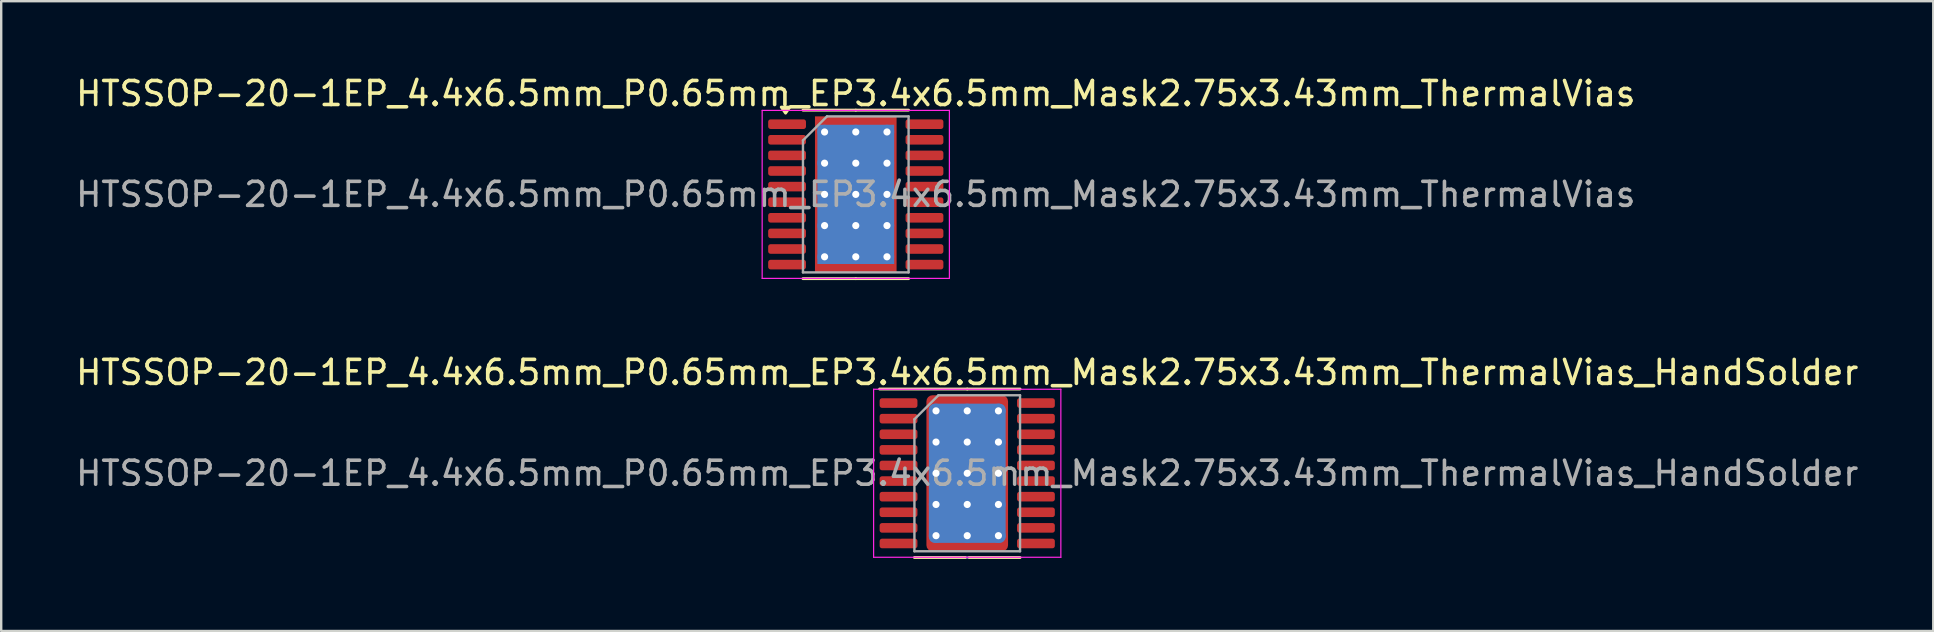
<source format=kicad_pcb>
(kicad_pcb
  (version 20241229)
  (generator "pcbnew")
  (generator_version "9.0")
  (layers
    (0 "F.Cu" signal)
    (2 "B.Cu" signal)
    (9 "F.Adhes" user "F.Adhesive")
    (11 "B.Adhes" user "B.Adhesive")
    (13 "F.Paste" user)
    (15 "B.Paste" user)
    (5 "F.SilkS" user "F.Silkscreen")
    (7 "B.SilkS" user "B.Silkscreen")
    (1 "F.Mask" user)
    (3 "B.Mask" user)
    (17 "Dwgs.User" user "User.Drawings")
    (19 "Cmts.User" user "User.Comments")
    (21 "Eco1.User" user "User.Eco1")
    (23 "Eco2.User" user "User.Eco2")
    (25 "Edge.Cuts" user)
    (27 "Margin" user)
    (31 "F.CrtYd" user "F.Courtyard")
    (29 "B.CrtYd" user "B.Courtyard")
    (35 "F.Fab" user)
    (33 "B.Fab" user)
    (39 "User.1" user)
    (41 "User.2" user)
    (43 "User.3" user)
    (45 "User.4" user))
  (footprint "HTSSOP-20-1EP_4.4x6.5mm_P0.65mm_EP3.4x6.5mm_Mask2.75x3.43mm_ThermalVias_HandSolder"
    (layer "F.Cu")
    (at 37.244 16.666)
    (property "Reference" "HTSSOP-20-1EP_4.4x6.5mm_P0.65mm_EP3.4x6.5mm_Mask2.75x3.43mm_ThermalVias_HandSolder" (at 0 -4.2 0) (layer "F.SilkS") (effects (font (size 1 1) (thickness 0.15))))
    (attr smd)
    (fp_line (start 0 -3.51) (end -3.65 -3.51) (stroke (width 0.12) (type solid)) (layer "F.SilkS"))
    (fp_line (start 0 -3.51) (end 2.2 -3.51) (stroke (width 0.12) (type solid)) (layer "F.SilkS"))
    (fp_line (start 0 3.51) (end -2.2 3.51) (stroke (width 0.12) (type solid)) (layer "F.SilkS"))
    (fp_line (start 0 3.51) (end 2.2 3.51) (stroke (width 0.12) (type solid)) (layer "F.SilkS"))
    (fp_line (start -3.9 -3.5) (end -3.9 3.5) (stroke (width 0.05) (type solid)) (layer "F.CrtYd"))
    (fp_line (start -3.9 3.5) (end 3.9 3.5) (stroke (width 0.05) (type solid)) (layer "F.CrtYd"))
    (fp_line (start 3.9 -3.5) (end -3.9 -3.5) (stroke (width 0.05) (type solid)) (layer "F.CrtYd"))
    (fp_line (start 3.9 3.5) (end 3.9 -3.5) (stroke (width 0.05) (type solid)) (layer "F.CrtYd"))
    (fp_line (start 0 3.51) (end 0 3.51) (stroke (width 0.12) (type solid)) (layer "B.Fab"))
    (fp_line (start -2.2 -2.25) (end -1.2 -3.25) (stroke (width 0.1) (type solid)) (layer "F.Fab"))
    (fp_line (start -2.2 3.25) (end -2.2 -2.25) (stroke (width 0.1) (type solid)) (layer "F.Fab"))
    (fp_line (start -1.2 -3.25) (end 2.2 -3.25) (stroke (width 0.1) (type solid)) (layer "F.Fab"))
    (fp_line (start 2.2 -3.25) (end 2.2 3.25) (stroke (width 0.1) (type solid)) (layer "F.Fab"))
    (fp_line (start 2.2 3.25) (end -2.2 3.25) (stroke (width 0.1) (type solid)) (layer "F.Fab"))
    (fp_text user "${REFERENCE}" (at 0 0 0) (layer "F.Fab") (effects (font (size 1 1) (thickness 0.15))))
    (pad "" smd roundrect (at -0.69 -0.86) (size 1.11 1.38) (layers "F.Paste") (roundrect_rratio 0.225))
    (pad "" smd roundrect (at -0.69 0.86) (size 1.11 1.38) (layers "F.Paste") (roundrect_rratio 0.225))
    (pad "" smd roundrect (at 0 0) (size 2.75 3.43) (layers "*.Mask") (roundrect_rratio 0.091))
    (pad "" smd roundrect (at 0.69 -0.86) (size 1.11 1.38) (layers "F.Paste") (roundrect_rratio 0.225))
    (pad "" smd roundrect (at 0.69 0.86) (size 1.11 1.38) (layers "F.Paste") (roundrect_rratio 0.225))
    (pad "1" smd roundrect (at -2.862 -2.925) (size 1.575 0.4) (layers "F.Cu" "F.Mask" "F.Paste") (roundrect_rratio 0.25))
    (pad "2" smd roundrect (at -2.862 -2.275) (size 1.575 0.4) (layers "F.Cu" "F.Mask" "F.Paste") (roundrect_rratio 0.25))
    (pad "3" smd roundrect (at -2.862 -1.625) (size 1.575 0.4) (layers "F.Cu" "F.Mask" "F.Paste") (roundrect_rratio 0.25))
    (pad "4" smd roundrect (at -2.862 -0.975) (size 1.575 0.4) (layers "F.Cu" "F.Mask" "F.Paste") (roundrect_rratio 0.25))
    (pad "5" smd roundrect (at -2.862 -0.325) (size 1.575 0.4) (layers "F.Cu" "F.Mask" "F.Paste") (roundrect_rratio 0.25))
    (pad "6" smd roundrect (at -2.862 0.325) (size 1.575 0.4) (layers "F.Cu" "F.Mask" "F.Paste") (roundrect_rratio 0.25))
    (pad "7" smd roundrect (at -2.862 0.975) (size 1.575 0.4) (layers "F.Cu" "F.Mask" "F.Paste") (roundrect_rratio 0.25))
    (pad "8" smd roundrect (at -2.862 1.625) (size 1.575 0.4) (layers "F.Cu" "F.Mask" "F.Paste") (roundrect_rratio 0.25))
    (pad "9" smd roundrect (at -2.862 2.275) (size 1.575 0.4) (layers "F.Cu" "F.Mask" "F.Paste") (roundrect_rratio 0.25))
    (pad "10" smd roundrect (at -2.862 2.925) (size 1.575 0.4) (layers "F.Cu" "F.Mask" "F.Paste") (roundrect_rratio 0.25))
    (pad "11" smd roundrect (at 2.862 2.925) (size 1.575 0.4) (layers "F.Cu" "F.Mask" "F.Paste") (roundrect_rratio 0.25))
    (pad "12" smd roundrect (at 2.862 2.275) (size 1.575 0.4) (layers "F.Cu" "F.Mask" "F.Paste") (roundrect_rratio 0.25))
    (pad "13" smd roundrect (at 2.862 1.625) (size 1.575 0.4) (layers "F.Cu" "F.Mask" "F.Paste") (roundrect_rratio 0.25))
    (pad "14" smd roundrect (at 2.862 0.975) (size 1.575 0.4) (layers "F.Cu" "F.Mask" "F.Paste") (roundrect_rratio 0.25))
    (pad "15" smd roundrect (at 2.862 0.325) (size 1.575 0.4) (layers "F.Cu" "F.Mask" "F.Paste") (roundrect_rratio 0.25))
    (pad "16" smd roundrect (at 2.862 -0.325) (size 1.575 0.4) (layers "F.Cu" "F.Mask" "F.Paste") (roundrect_rratio 0.25))
    (pad "17" smd roundrect (at 2.862 -0.975) (size 1.575 0.4) (layers "F.Cu" "F.Mask" "F.Paste") (roundrect_rratio 0.25))
    (pad "18" smd roundrect (at 2.862 -1.625) (size 1.575 0.4) (layers "F.Cu" "F.Mask" "F.Paste") (roundrect_rratio 0.25))
    (pad "19" smd roundrect (at 2.862 -2.275) (size 1.575 0.4) (layers "F.Cu" "F.Mask" "F.Paste") (roundrect_rratio 0.25))
    (pad "20" smd roundrect (at 2.862 -2.925) (size 1.575 0.4) (layers "F.Cu" "F.Mask" "F.Paste") (roundrect_rratio 0.25))
    (pad "21" thru_hole circle (at -1.3 -2.6) (size 0.6 0.6) (drill 0.3) (layers "*.Cu"))
    (pad "21" thru_hole circle (at -1.3 -1.3) (size 0.6 0.6) (drill 0.3) (layers "*.Cu"))
    (pad "21" thru_hole circle (at -1.3 0) (size 0.6 0.6) (drill 0.3) (layers "*.Cu"))
    (pad "21" thru_hole circle (at -1.3 1.3) (size 0.6 0.6) (drill 0.3) (layers "*.Cu"))
    (pad "21" thru_hole circle (at -1.3 2.6) (size 0.6 0.6) (drill 0.3) (layers "*.Cu"))
    (pad "21" thru_hole circle (at 0 -2.6) (size 0.6 0.6) (drill 0.3) (layers "*.Cu"))
    (pad "21" thru_hole circle (at 0 -1.3) (size 0.6 0.6) (drill 0.3) (layers "*.Cu"))
    (pad "21" thru_hole circle (at 0 0) (size 0.6 0.6) (drill 0.3) (layers "*.Cu"))
    (pad "21" smd roundrect (at 0 0) (size 3.2 5.8) (layers "B.Cu") (roundrect_rratio 0.078))
    (pad "21" smd roundrect (at 0 0) (size 3.4 6.5) (layers "F.Cu") (roundrect_rratio 0.074))
    (pad "21" thru_hole circle (at 0 1.3) (size 0.6 0.6) (drill 0.3) (layers "*.Cu"))
    (pad "21" thru_hole circle (at 0 2.6) (size 0.6 0.6) (drill 0.3) (layers "*.Cu"))
    (pad "21" thru_hole circle (at 1.3 -2.6) (size 0.6 0.6) (drill 0.3) (layers "*.Cu"))
    (pad "21" thru_hole circle (at 1.3 -1.3) (size 0.6 0.6) (drill 0.3) (layers "*.Cu"))
    (pad "21" thru_hole circle (at 1.3 0) (size 0.6 0.6) (drill 0.3) (layers "*.Cu"))
    (pad "21" thru_hole circle (at 1.3 1.3) (size 0.6 0.6) (drill 0.3) (layers "*.Cu"))
    (pad "21" thru_hole circle (at 1.3 2.6) (size 0.6 0.6) (drill 0.3) (layers "*.Cu")))
  (footprint "HTSSOP-20-1EP_4.4x6.5mm_P0.65mm_EP3.4x6.5mm_Mask2.75x3.43mm_ThermalVias"
    (layer "F.Cu")
    (at 32.601 5.048)
    (property "Reference" "HTSSOP-20-1EP_4.4x6.5mm_P0.65mm_EP3.4x6.5mm_Mask2.75x3.43mm_ThermalVias" (at 0 -4.2 0) (layer "F.SilkS") (effects (font (size 1 1) (thickness 0.15))))
    (attr smd)
    (fp_line (start 0 -3.51) (end -2.2 -3.51) (stroke (width 0.12) (type solid)) (layer "F.SilkS"))
    (fp_line (start 0 -3.51) (end 2.2 -3.51) (stroke (width 0.12) (type solid)) (layer "F.SilkS"))
    (fp_line (start 0 3.51) (end -2.2 3.51) (stroke (width 0.12) (type solid)) (layer "F.SilkS"))
    (fp_line (start 0 3.51) (end 2.2 3.51) (stroke (width 0.12) (type solid)) (layer "F.SilkS"))
    (fp_poly (pts (xy -2.925 -3.385) (xy -3.105 -3.637) (xy -2.745 -3.637) (xy -2.925 -3.385)) (stroke (width 0.12) (type solid)) (fill yes) (layer "F.SilkS"))
    (fp_line (start -3.9 -3.5) (end -3.9 3.5) (stroke (width 0.05) (type solid)) (layer "F.CrtYd"))
    (fp_line (start -3.9 3.5) (end 3.9 3.5) (stroke (width 0.05) (type solid)) (layer "F.CrtYd"))
    (fp_line (start 3.9 -3.5) (end -3.9 -3.5) (stroke (width 0.05) (type solid)) (layer "F.CrtYd"))
    (fp_line (start 3.9 3.5) (end 3.9 -3.5) (stroke (width 0.05) (type solid)) (layer "F.CrtYd"))
    (fp_line (start -2.2 -2.25) (end -1.2 -3.25) (stroke (width 0.1) (type solid)) (layer "F.Fab"))
    (fp_line (start -2.2 3.25) (end -2.2 -2.25) (stroke (width 0.1) (type solid)) (layer "F.Fab"))
    (fp_line (start -1.2 -3.25) (end 2.2 -3.25) (stroke (width 0.1) (type solid)) (layer "F.Fab"))
    (fp_line (start 2.2 -3.25) (end 2.2 3.25) (stroke (width 0.1) (type solid)) (layer "F.Fab"))
    (fp_line (start 2.2 3.25) (end -2.2 3.25) (stroke (width 0.1) (type solid)) (layer "F.Fab"))
    (fp_text user "${REFERENCE}" (at 0 0 0) (layer "F.Fab") (effects (font (size 1 1) (thickness 0.15))))
    (pad "" smd roundrect (at -0.69 -0.86) (size 1.11 1.38) (layers "F.Paste") (roundrect_rratio 0.225))
    (pad "" smd roundrect (at -0.69 0.86) (size 1.11 1.38) (layers "F.Paste") (roundrect_rratio 0.225))
    (pad "" smd rect (at 0 0) (size 2.75 3.43) (layers "F.Mask"))
    (pad "" smd roundrect (at 0.69 -0.86) (size 1.11 1.38) (layers "F.Paste") (roundrect_rratio 0.225))
    (pad "" smd roundrect (at 0.69 0.86) (size 1.11 1.38) (layers "F.Paste") (roundrect_rratio 0.225))
    (pad "1" smd roundrect (at -2.862 -2.925) (size 1.575 0.4) (layers "F.Cu" "F.Mask" "F.Paste") (roundrect_rratio 0.25))
    (pad "2" smd roundrect (at -2.862 -2.275) (size 1.575 0.4) (layers "F.Cu" "F.Mask" "F.Paste") (roundrect_rratio 0.25))
    (pad "3" smd roundrect (at -2.862 -1.625) (size 1.575 0.4) (layers "F.Cu" "F.Mask" "F.Paste") (roundrect_rratio 0.25))
    (pad "4" smd roundrect (at -2.862 -0.975) (size 1.575 0.4) (layers "F.Cu" "F.Mask" "F.Paste") (roundrect_rratio 0.25))
    (pad "5" smd roundrect (at -2.862 -0.325) (size 1.575 0.4) (layers "F.Cu" "F.Mask" "F.Paste") (roundrect_rratio 0.25))
    (pad "6" smd roundrect (at -2.862 0.325) (size 1.575 0.4) (layers "F.Cu" "F.Mask" "F.Paste") (roundrect_rratio 0.25))
    (pad "7" smd roundrect (at -2.862 0.975) (size 1.575 0.4) (layers "F.Cu" "F.Mask" "F.Paste") (roundrect_rratio 0.25))
    (pad "8" smd roundrect (at -2.862 1.625) (size 1.575 0.4) (layers "F.Cu" "F.Mask" "F.Paste") (roundrect_rratio 0.25))
    (pad "9" smd roundrect (at -2.862 2.275) (size 1.575 0.4) (layers "F.Cu" "F.Mask" "F.Paste") (roundrect_rratio 0.25))
    (pad "10" smd roundrect (at -2.862 2.925) (size 1.575 0.4) (layers "F.Cu" "F.Mask" "F.Paste") (roundrect_rratio 0.25))
    (pad "11" smd roundrect (at 2.862 2.925) (size 1.575 0.4) (layers "F.Cu" "F.Mask" "F.Paste") (roundrect_rratio 0.25))
    (pad "12" smd roundrect (at 2.862 2.275) (size 1.575 0.4) (layers "F.Cu" "F.Mask" "F.Paste") (roundrect_rratio 0.25))
    (pad "13" smd roundrect (at 2.862 1.625) (size 1.575 0.4) (layers "F.Cu" "F.Mask" "F.Paste") (roundrect_rratio 0.25))
    (pad "14" smd roundrect (at 2.862 0.975) (size 1.575 0.4) (layers "F.Cu" "F.Mask" "F.Paste") (roundrect_rratio 0.25))
    (pad "15" smd roundrect (at 2.862 0.325) (size 1.575 0.4) (layers "F.Cu" "F.Mask" "F.Paste") (roundrect_rratio 0.25))
    (pad "16" smd roundrect (at 2.862 -0.325) (size 1.575 0.4) (layers "F.Cu" "F.Mask" "F.Paste") (roundrect_rratio 0.25))
    (pad "17" smd roundrect (at 2.862 -0.975) (size 1.575 0.4) (layers "F.Cu" "F.Mask" "F.Paste") (roundrect_rratio 0.25))
    (pad "18" smd roundrect (at 2.862 -1.625) (size 1.575 0.4) (layers "F.Cu" "F.Mask" "F.Paste") (roundrect_rratio 0.25))
    (pad "19" smd roundrect (at 2.862 -2.275) (size 1.575 0.4) (layers "F.Cu" "F.Mask" "F.Paste") (roundrect_rratio 0.25))
    (pad "20" smd roundrect (at 2.862 -2.925) (size 1.575 0.4) (layers "F.Cu" "F.Mask" "F.Paste") (roundrect_rratio 0.25))
    (pad "21" thru_hole circle (at -1.3 -2.6) (size 0.6 0.6) (drill 0.3) (property pad_prop_heatsink) (layers "*.Cu"))
    (pad "21" thru_hole circle (at -1.3 -1.3) (size 0.6 0.6) (drill 0.3) (property pad_prop_heatsink) (layers "*.Cu"))
    (pad "21" thru_hole circle (at -1.3 0) (size 0.6 0.6) (drill 0.3) (property pad_prop_heatsink) (layers "*.Cu"))
    (pad "21" thru_hole circle (at -1.3 1.3) (size 0.6 0.6) (drill 0.3) (property pad_prop_heatsink) (layers "*.Cu"))
    (pad "21" thru_hole circle (at -1.3 2.6) (size 0.6 0.6) (drill 0.3) (property pad_prop_heatsink) (layers "*.Cu"))
    (pad "21" thru_hole circle (at 0 -2.6) (size 0.6 0.6) (drill 0.3) (property pad_prop_heatsink) (layers "*.Cu"))
    (pad "21" thru_hole circle (at 0 -1.3) (size 0.6 0.6) (drill 0.3) (property pad_prop_heatsink) (layers "*.Cu"))
    (pad "21" thru_hole circle (at 0 0) (size 0.6 0.6) (drill 0.3) (property pad_prop_heatsink) (layers "*.Cu"))
    (pad "21" smd rect (at 0 0) (size 3.2 5.8) (property pad_prop_heatsink) (layers "B.Cu"))
    (pad "21" smd rect (at 0 0) (size 3.4 6.5) (property pad_prop_heatsink) (layers "F.Cu"))
    (pad "21" thru_hole circle (at 0 1.3) (size 0.6 0.6) (drill 0.3) (property pad_prop_heatsink) (layers "*.Cu"))
    (pad "21" thru_hole circle (at 0 2.6) (size 0.6 0.6) (drill 0.3) (property pad_prop_heatsink) (layers "*.Cu"))
    (pad "21" thru_hole circle (at 1.3 -2.6) (size 0.6 0.6) (drill 0.3) (property pad_prop_heatsink) (layers "*.Cu"))
    (pad "21" thru_hole circle (at 1.3 -1.3) (size 0.6 0.6) (drill 0.3) (property pad_prop_heatsink) (layers "*.Cu"))
    (pad "21" thru_hole circle (at 1.3 0) (size 0.6 0.6) (drill 0.3) (property pad_prop_heatsink) (layers "*.Cu"))
    (pad "21" thru_hole circle (at 1.3 1.3) (size 0.6 0.6) (drill 0.3) (property pad_prop_heatsink) (layers "*.Cu"))
    (pad "21" thru_hole circle (at 1.3 2.6) (size 0.6 0.6) (drill 0.3) (property pad_prop_heatsink) (layers "*.Cu")))
  (gr_rect
    (start -3 -3)
    (end 77.488 23.236)
    (stroke (width 0.1) (type default))
    (fill no)
    (layer "Edge.Cuts")))
</source>
